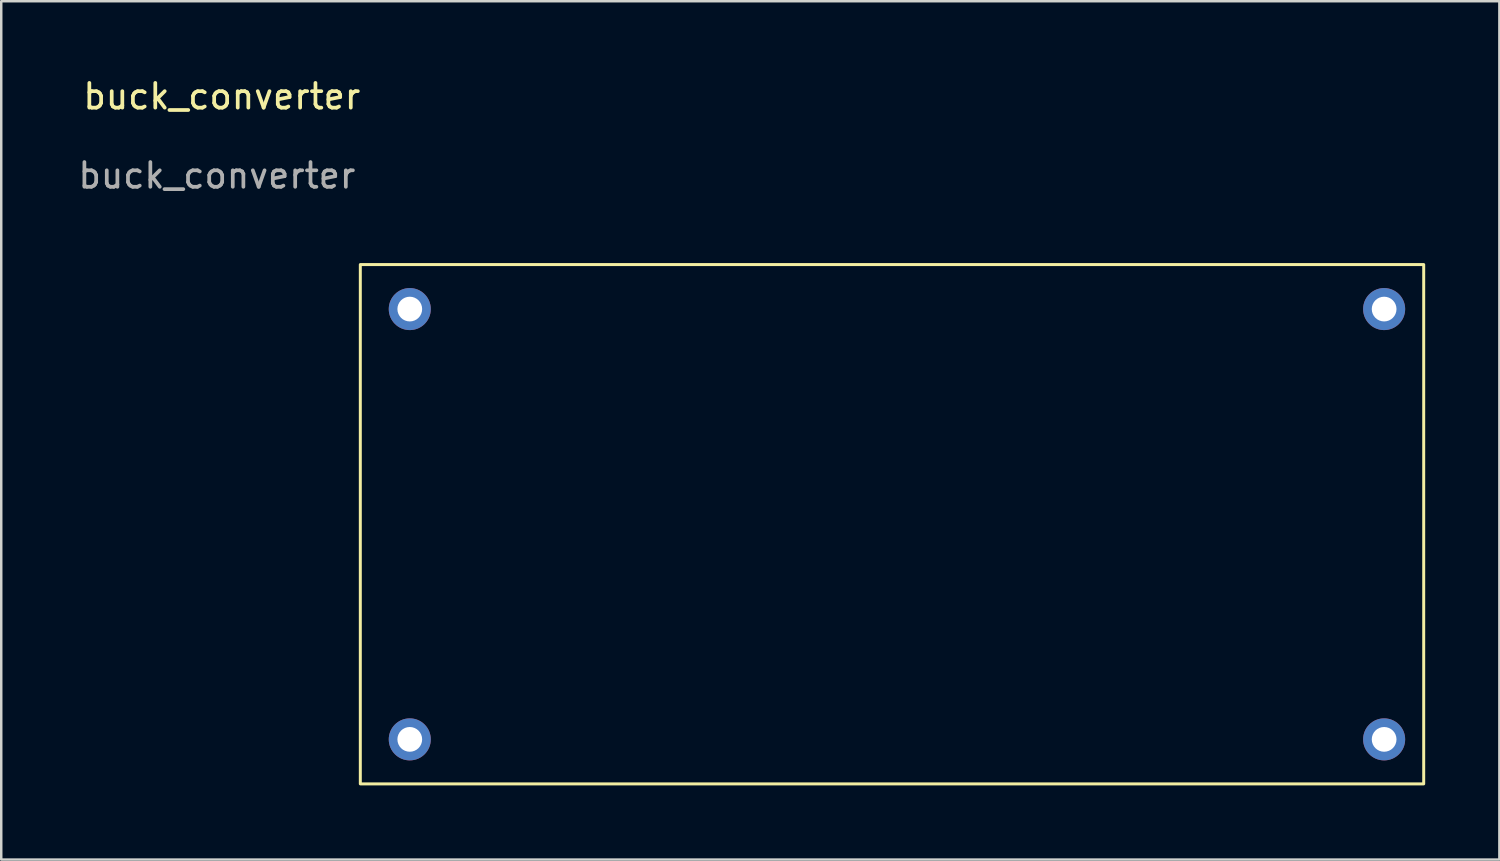
<source format=kicad_pcb>
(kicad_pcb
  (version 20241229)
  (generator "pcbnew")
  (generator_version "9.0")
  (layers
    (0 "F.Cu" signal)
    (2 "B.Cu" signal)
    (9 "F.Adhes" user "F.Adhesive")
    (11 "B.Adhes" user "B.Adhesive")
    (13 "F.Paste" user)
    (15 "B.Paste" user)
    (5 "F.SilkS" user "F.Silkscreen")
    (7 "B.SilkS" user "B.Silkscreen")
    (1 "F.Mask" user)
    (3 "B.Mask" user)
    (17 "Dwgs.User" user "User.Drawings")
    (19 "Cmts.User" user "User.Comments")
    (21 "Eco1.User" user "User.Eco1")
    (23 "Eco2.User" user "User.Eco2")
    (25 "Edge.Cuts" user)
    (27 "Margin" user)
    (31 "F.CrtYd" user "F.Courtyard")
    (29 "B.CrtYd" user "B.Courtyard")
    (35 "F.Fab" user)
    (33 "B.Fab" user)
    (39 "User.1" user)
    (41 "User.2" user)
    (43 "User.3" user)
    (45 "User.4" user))
  (footprint "buck_converter"
    (layer "F.Cu")
    (at 11.52 7.648)
    (property "Reference" "buck_converter" (at -5.6 -6.8 0) (unlocked yes) (layer "F.SilkS") (effects (font (size 1 1) (thickness 0.15))))
    (attr through_hole)
    (fp_rect (start 0 0) (end 43 21) (stroke (width 0.12) (type solid)) (fill no) (layer "F.SilkS"))
    (fp_text user "${REFERENCE}" (at -5.8 -3.6 0) (unlocked yes) (layer "F.Fab") (effects (font (size 1 1) (thickness 0.15))))
    (pad "1" thru_hole oval (at 2 1.8) (size 1.7 1.7) (drill 1) (layers "*.Cu" "*.Mask"))
    (pad "2" thru_hole oval (at 2 19.2) (size 1.7 1.7) (drill 1) (layers "*.Cu" "*.Mask"))
    (pad "3" thru_hole oval (at 41.4 1.8) (size 1.7 1.7) (drill 1) (layers "*.Cu" "*.Mask"))
    (pad "4" thru_hole oval (at 41.4 19.2) (size 1.7 1.7) (drill 1) (layers "*.Cu" "*.Mask")))
  (gr_rect
    (start -3 -3)
    (end 57.58 31.708)
    (stroke (width 0.1) (type default))
    (fill no)
    (layer "Edge.Cuts")))
</source>
